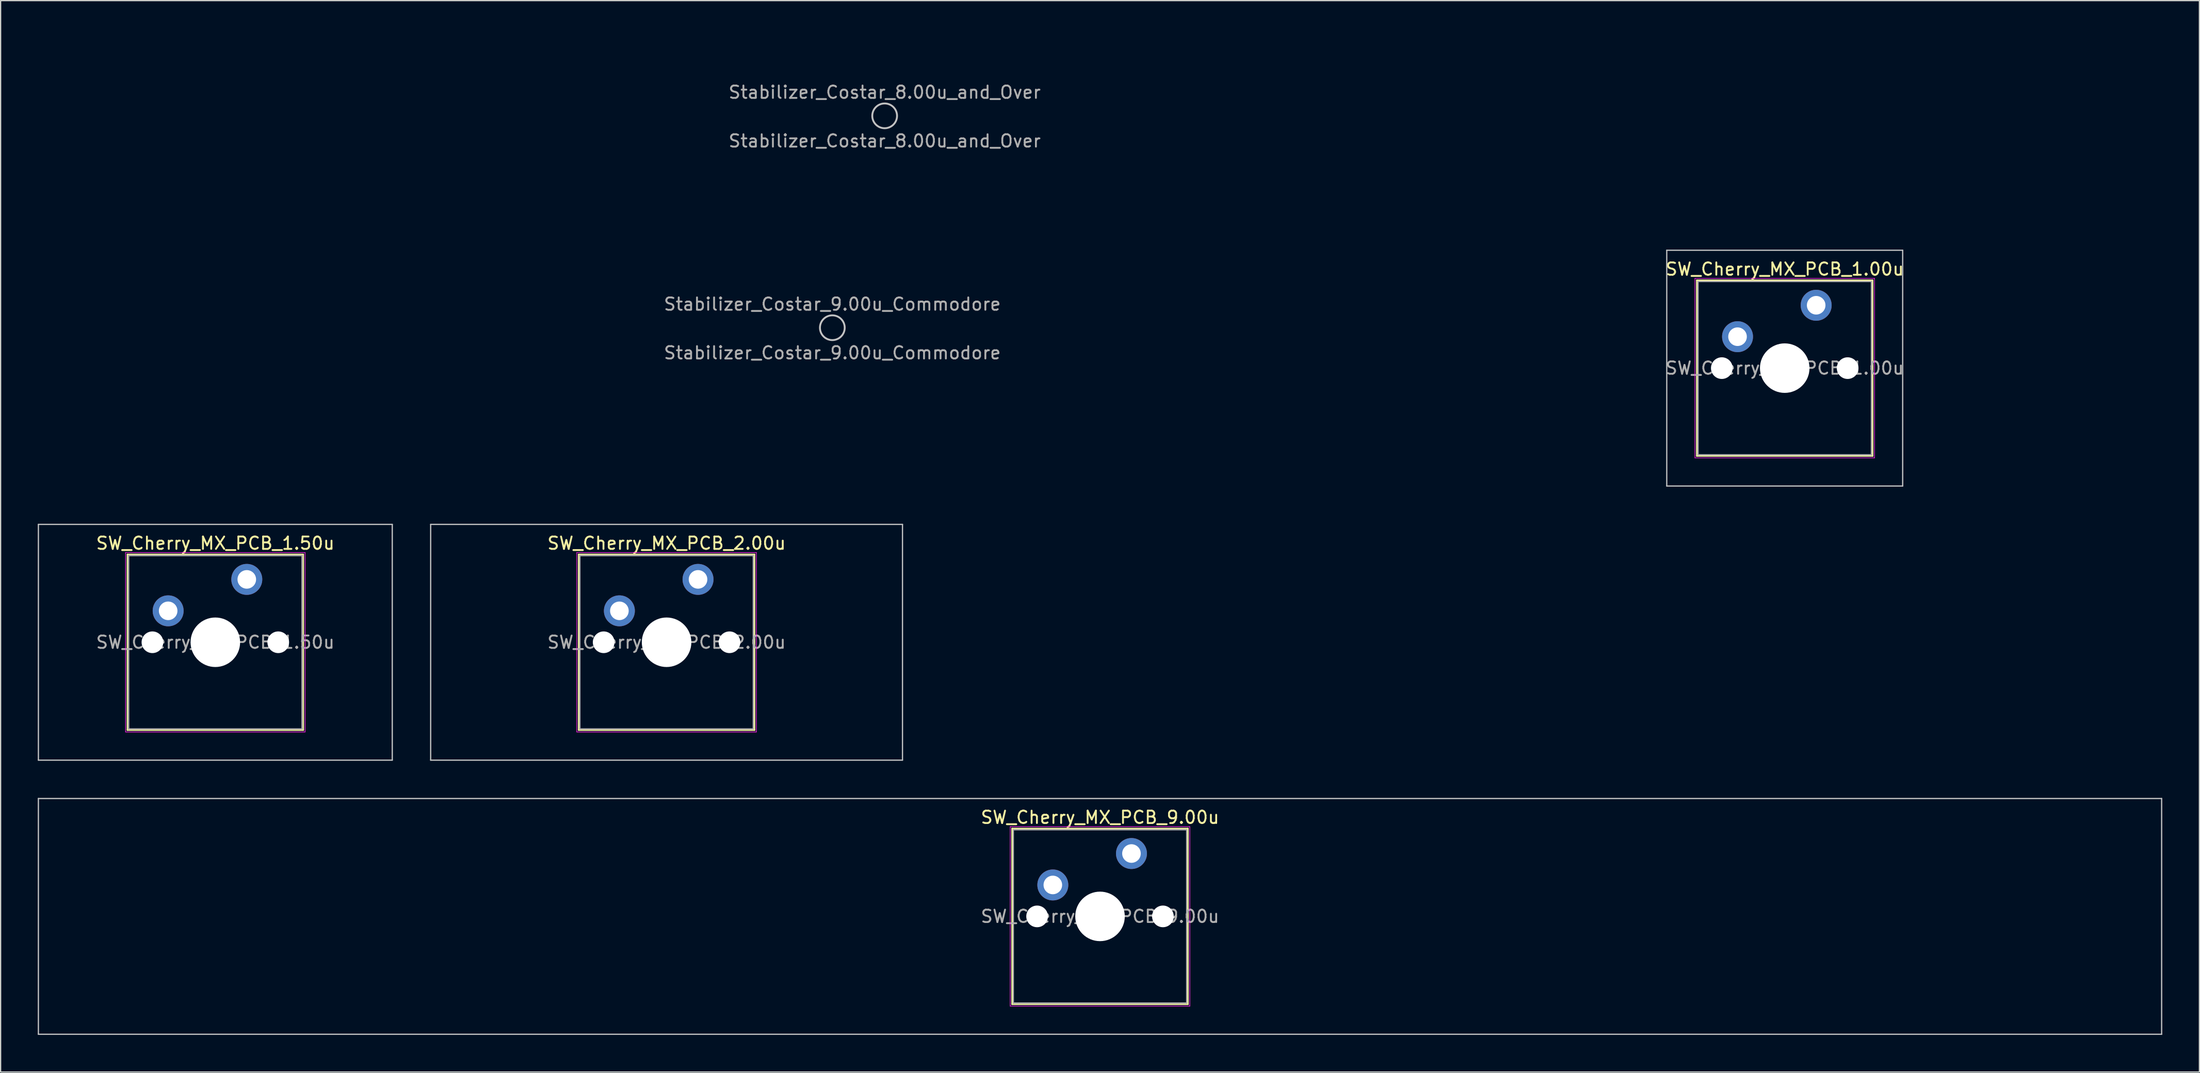
<source format=kicad_pcb>
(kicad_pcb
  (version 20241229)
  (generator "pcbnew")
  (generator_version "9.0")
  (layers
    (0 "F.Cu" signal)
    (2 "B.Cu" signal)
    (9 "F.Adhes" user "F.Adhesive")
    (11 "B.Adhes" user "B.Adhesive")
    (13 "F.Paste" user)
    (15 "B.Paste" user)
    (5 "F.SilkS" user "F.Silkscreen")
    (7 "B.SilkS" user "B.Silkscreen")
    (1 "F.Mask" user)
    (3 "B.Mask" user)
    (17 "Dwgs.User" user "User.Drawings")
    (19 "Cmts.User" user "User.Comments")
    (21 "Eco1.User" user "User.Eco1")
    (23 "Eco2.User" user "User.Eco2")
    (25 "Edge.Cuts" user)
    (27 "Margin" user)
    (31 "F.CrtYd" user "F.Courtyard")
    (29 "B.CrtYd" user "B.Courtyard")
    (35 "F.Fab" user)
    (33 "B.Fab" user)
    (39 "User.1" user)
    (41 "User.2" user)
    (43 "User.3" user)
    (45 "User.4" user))
  (footprint "SW_Cherry_MX_PCB_1.00u"
    (layer "F.Cu")
    (at 141.064 26.695)
    (property "Reference" "SW_Cherry_MX_PCB_1.00u" (at 0 -8 0) (layer "F.SilkS") (effects (font (size 1 1) (thickness 0.15))))
    (attr through_hole)
    (fp_line (start -7.1 -7.1) (end -7.1 7.1) (stroke (width 0.12) (type solid)) (layer "F.SilkS"))
    (fp_line (start -7.1 7.1) (end 7.1 7.1) (stroke (width 0.12) (type solid)) (layer "F.SilkS"))
    (fp_line (start 7.1 -7.1) (end -7.1 -7.1) (stroke (width 0.12) (type solid)) (layer "F.SilkS"))
    (fp_line (start 7.1 7.1) (end 7.1 -7.1) (stroke (width 0.12) (type solid)) (layer "F.SilkS"))
    (fp_line (start -9.525 -9.525) (end -9.525 9.525) (stroke (width 0.1) (type solid)) (layer "Dwgs.User"))
    (fp_line (start -9.525 9.525) (end 9.525 9.525) (stroke (width 0.1) (type solid)) (layer "Dwgs.User"))
    (fp_line (start 9.525 -9.525) (end -9.525 -9.525) (stroke (width 0.1) (type solid)) (layer "Dwgs.User"))
    (fp_line (start 9.525 9.525) (end 9.525 -9.525) (stroke (width 0.1) (type solid)) (layer "Dwgs.User"))
    (fp_line (start -7 -7) (end -7 7) (stroke (width 0.1) (type solid)) (layer "Eco1.User"))
    (fp_line (start -7 7) (end 7 7) (stroke (width 0.1) (type solid)) (layer "Eco1.User"))
    (fp_line (start 7 -7) (end -7 -7) (stroke (width 0.1) (type solid)) (layer "Eco1.User"))
    (fp_line (start 7 7) (end 7 -7) (stroke (width 0.1) (type solid)) (layer "Eco1.User"))
    (fp_line (start -7.25 -7.25) (end -7.25 7.25) (stroke (width 0.05) (type solid)) (layer "F.CrtYd"))
    (fp_line (start -7.25 7.25) (end 7.25 7.25) (stroke (width 0.05) (type solid)) (layer "F.CrtYd"))
    (fp_line (start 7.25 -7.25) (end -7.25 -7.25) (stroke (width 0.05) (type solid)) (layer "F.CrtYd"))
    (fp_line (start 7.25 7.25) (end 7.25 -7.25) (stroke (width 0.05) (type solid)) (layer "F.CrtYd"))
    (fp_line (start -7 -7) (end -7 7) (stroke (width 0.1) (type solid)) (layer "F.Fab"))
    (fp_line (start -7 7) (end 7 7) (stroke (width 0.1) (type solid)) (layer "F.Fab"))
    (fp_line (start 7 -7) (end -7 -7) (stroke (width 0.1) (type solid)) (layer "F.Fab"))
    (fp_line (start 7 7) (end 7 -7) (stroke (width 0.1) (type solid)) (layer "F.Fab"))
    (fp_text user "${REFERENCE}" (at 0 0 0) (layer "F.Fab") (effects (font (size 1 1) (thickness 0.15))))
    (pad "" np_thru_hole circle (at -5.08 0) (size 1.75 1.75) (drill 1.75) (layers "*.Cu" "*.Mask"))
    (pad "" np_thru_hole circle (at 0 0) (size 4 4) (drill 4) (layers "*.Cu" "*.Mask"))
    (pad "" np_thru_hole circle (at 5.08 0) (size 1.75 1.75) (drill 1.75) (layers "*.Cu" "*.Mask"))
    (pad "1" thru_hole circle (at -3.81 -2.54) (size 2.5 2.5) (drill 1.5) (layers "*.Cu" "*.Mask"))
    (pad "2" thru_hole circle (at 2.54 -5.08) (size 2.5 2.5) (drill 1.5) (layers "*.Cu" "*.Mask")))
  (footprint "SW_Cherry_MX_PCB_2.00u"
    (layer "F.Cu")
    (at 50.775 48.845)
    (property "Reference" "SW_Cherry_MX_PCB_2.00u" (at 0 -8 0) (layer "F.SilkS") (effects (font (size 1 1) (thickness 0.15))))
    (attr through_hole)
    (fp_line (start -7.1 -7.1) (end -7.1 7.1) (stroke (width 0.12) (type solid)) (layer "F.SilkS"))
    (fp_line (start -7.1 7.1) (end 7.1 7.1) (stroke (width 0.12) (type solid)) (layer "F.SilkS"))
    (fp_line (start 7.1 -7.1) (end -7.1 -7.1) (stroke (width 0.12) (type solid)) (layer "F.SilkS"))
    (fp_line (start 7.1 7.1) (end 7.1 -7.1) (stroke (width 0.12) (type solid)) (layer "F.SilkS"))
    (fp_line (start -19.05 -9.525) (end -19.05 9.525) (stroke (width 0.1) (type solid)) (layer "Dwgs.User"))
    (fp_line (start -19.05 9.525) (end 19.05 9.525) (stroke (width 0.1) (type solid)) (layer "Dwgs.User"))
    (fp_line (start 19.05 -9.525) (end -19.05 -9.525) (stroke (width 0.1) (type solid)) (layer "Dwgs.User"))
    (fp_line (start 19.05 9.525) (end 19.05 -9.525) (stroke (width 0.1) (type solid)) (layer "Dwgs.User"))
    (fp_line (start -7 -7) (end -7 7) (stroke (width 0.1) (type solid)) (layer "Eco1.User"))
    (fp_line (start -7 7) (end 7 7) (stroke (width 0.1) (type solid)) (layer "Eco1.User"))
    (fp_line (start 7 -7) (end -7 -7) (stroke (width 0.1) (type solid)) (layer "Eco1.User"))
    (fp_line (start 7 7) (end 7 -7) (stroke (width 0.1) (type solid)) (layer "Eco1.User"))
    (fp_line (start -7.25 -7.25) (end -7.25 7.25) (stroke (width 0.05) (type solid)) (layer "F.CrtYd"))
    (fp_line (start -7.25 7.25) (end 7.25 7.25) (stroke (width 0.05) (type solid)) (layer "F.CrtYd"))
    (fp_line (start 7.25 -7.25) (end -7.25 -7.25) (stroke (width 0.05) (type solid)) (layer "F.CrtYd"))
    (fp_line (start 7.25 7.25) (end 7.25 -7.25) (stroke (width 0.05) (type solid)) (layer "F.CrtYd"))
    (fp_line (start -7 -7) (end -7 7) (stroke (width 0.1) (type solid)) (layer "F.Fab"))
    (fp_line (start -7 7) (end 7 7) (stroke (width 0.1) (type solid)) (layer "F.Fab"))
    (fp_line (start 7 -7) (end -7 -7) (stroke (width 0.1) (type solid)) (layer "F.Fab"))
    (fp_line (start 7 7) (end 7 -7) (stroke (width 0.1) (type solid)) (layer "F.Fab"))
    (fp_text user "${REFERENCE}" (at 0 0 0) (layer "F.Fab") (effects (font (size 1 1) (thickness 0.15))))
    (pad "" np_thru_hole circle (at -5.08 0) (size 1.75 1.75) (drill 1.75) (layers "*.Cu" "*.Mask"))
    (pad "" np_thru_hole circle (at 0 0) (size 4 4) (drill 4) (layers "*.Cu" "*.Mask"))
    (pad "" np_thru_hole circle (at 5.08 0) (size 1.75 1.75) (drill 1.75) (layers "*.Cu" "*.Mask"))
    (pad "1" thru_hole circle (at -3.81 -2.54) (size 2.5 2.5) (drill 1.5) (layers "*.Cu" "*.Mask"))
    (pad "2" thru_hole circle (at 2.54 -5.08) (size 2.5 2.5) (drill 1.5) (layers "*.Cu" "*.Mask")))
  (footprint "Stabilizer_Costar_8.00u_and_Over"
    (layer "F.Cu")
    (at 68.385 6.31)
    (property "Reference" "Stabilizer_Costar_8.00u_and_Over" (at 0 -1.905 0) (layer "F.Fab") (effects (font (size 1 1) (thickness 0.15))))
    (attr through_hole)
    (fp_circle (center 0 0) (end 1 0) (stroke (width 0.15) (type solid)) (fill no) (layer "Dwgs.User"))
    (fp_line (start -68.325 -6.25) (end -68.325 7.75) (stroke (width 0.12) (type solid)) (layer "Eco1.User"))
    (fp_line (start -65.025 -6.25) (end -68.325 -6.25) (stroke (width 0.12) (type solid)) (layer "Eco1.User"))
    (fp_line (start -65.025 -6.25) (end -65.025 7.75) (stroke (width 0.12) (type solid)) (layer "Eco1.User"))
    (fp_line (start -65.025 7.75) (end -68.325 7.75) (stroke (width 0.12) (type solid)) (layer "Eco1.User"))
    (fp_line (start 65.025 -6.25) (end 65.025 7.75) (stroke (width 0.12) (type solid)) (layer "Eco1.User"))
    (fp_line (start 68.325 -6.25) (end 65.025 -6.25) (stroke (width 0.12) (type solid)) (layer "Eco1.User"))
    (fp_line (start 68.325 -6.25) (end 68.325 7.75) (stroke (width 0.12) (type solid)) (layer "Eco1.User"))
    (fp_line (start 68.325 7.75) (end 65.025 7.75) (stroke (width 0.12) (type solid)) (layer "Eco1.User"))
    (fp_text user "${REFERENCE}" (at 0 2.032 0) (layer "F.Fab") (effects (font (size 1 1) (thickness 0.15)))))
  (footprint "SW_Cherry_MX_PCB_9.00u"
    (layer "F.Cu")
    (at 85.775 70.995)
    (property "Reference" "SW_Cherry_MX_PCB_9.00u" (at 0 -8 0) (layer "F.SilkS") (effects (font (size 1 1) (thickness 0.15))))
    (attr through_hole)
    (fp_line (start -7.1 -7.1) (end -7.1 7.1) (stroke (width 0.12) (type solid)) (layer "F.SilkS"))
    (fp_line (start -7.1 7.1) (end 7.1 7.1) (stroke (width 0.12) (type solid)) (layer "F.SilkS"))
    (fp_line (start 7.1 -7.1) (end -7.1 -7.1) (stroke (width 0.12) (type solid)) (layer "F.SilkS"))
    (fp_line (start 7.1 7.1) (end 7.1 -7.1) (stroke (width 0.12) (type solid)) (layer "F.SilkS"))
    (fp_line (start -85.725 -9.525) (end -85.725 9.525) (stroke (width 0.1) (type solid)) (layer "Dwgs.User"))
    (fp_line (start -85.725 9.525) (end 85.725 9.525) (stroke (width 0.1) (type solid)) (layer "Dwgs.User"))
    (fp_line (start 85.725 -9.525) (end -85.725 -9.525) (stroke (width 0.1) (type solid)) (layer "Dwgs.User"))
    (fp_line (start 85.725 9.525) (end 85.725 -9.525) (stroke (width 0.1) (type solid)) (layer "Dwgs.User"))
    (fp_line (start -7 -7) (end -7 7) (stroke (width 0.1) (type solid)) (layer "Eco1.User"))
    (fp_line (start -7 7) (end 7 7) (stroke (width 0.1) (type solid)) (layer "Eco1.User"))
    (fp_line (start 7 -7) (end -7 -7) (stroke (width 0.1) (type solid)) (layer "Eco1.User"))
    (fp_line (start 7 7) (end 7 -7) (stroke (width 0.1) (type solid)) (layer "Eco1.User"))
    (fp_line (start -7.25 -7.25) (end -7.25 7.25) (stroke (width 0.05) (type solid)) (layer "F.CrtYd"))
    (fp_line (start -7.25 7.25) (end 7.25 7.25) (stroke (width 0.05) (type solid)) (layer "F.CrtYd"))
    (fp_line (start 7.25 -7.25) (end -7.25 -7.25) (stroke (width 0.05) (type solid)) (layer "F.CrtYd"))
    (fp_line (start 7.25 7.25) (end 7.25 -7.25) (stroke (width 0.05) (type solid)) (layer "F.CrtYd"))
    (fp_line (start -7 -7) (end -7 7) (stroke (width 0.1) (type solid)) (layer "F.Fab"))
    (fp_line (start -7 7) (end 7 7) (stroke (width 0.1) (type solid)) (layer "F.Fab"))
    (fp_line (start 7 -7) (end -7 -7) (stroke (width 0.1) (type solid)) (layer "F.Fab"))
    (fp_line (start 7 7) (end 7 -7) (stroke (width 0.1) (type solid)) (layer "F.Fab"))
    (fp_text user "${REFERENCE}" (at 0 0 0) (layer "F.Fab") (effects (font (size 1 1) (thickness 0.15))))
    (pad "" np_thru_hole circle (at -5.08 0) (size 1.75 1.75) (drill 1.75) (layers "*.Cu" "*.Mask"))
    (pad "" np_thru_hole circle (at 0 0) (size 4 4) (drill 4) (layers "*.Cu" "*.Mask"))
    (pad "" np_thru_hole circle (at 5.08 0) (size 1.75 1.75) (drill 1.75) (layers "*.Cu" "*.Mask"))
    (pad "1" thru_hole circle (at -3.81 -2.54) (size 2.5 2.5) (drill 1.5) (layers "*.Cu" "*.Mask"))
    (pad "2" thru_hole circle (at 2.54 -5.08) (size 2.5 2.5) (drill 1.5) (layers "*.Cu" "*.Mask")))
  (footprint "SW_Cherry_MX_PCB_1.50u"
    (layer "F.Cu")
    (at 14.338 48.845)
    (property "Reference" "SW_Cherry_MX_PCB_1.50u" (at 0 -8 0) (layer "F.SilkS") (effects (font (size 1 1) (thickness 0.15))))
    (attr through_hole)
    (fp_line (start -7.1 -7.1) (end -7.1 7.1) (stroke (width 0.12) (type solid)) (layer "F.SilkS"))
    (fp_line (start -7.1 7.1) (end 7.1 7.1) (stroke (width 0.12) (type solid)) (layer "F.SilkS"))
    (fp_line (start 7.1 -7.1) (end -7.1 -7.1) (stroke (width 0.12) (type solid)) (layer "F.SilkS"))
    (fp_line (start 7.1 7.1) (end 7.1 -7.1) (stroke (width 0.12) (type solid)) (layer "F.SilkS"))
    (fp_line (start -14.287 -9.525) (end -14.287 9.525) (stroke (width 0.1) (type solid)) (layer "Dwgs.User"))
    (fp_line (start -14.287 9.525) (end 14.287 9.525) (stroke (width 0.1) (type solid)) (layer "Dwgs.User"))
    (fp_line (start 14.287 -9.525) (end -14.287 -9.525) (stroke (width 0.1) (type solid)) (layer "Dwgs.User"))
    (fp_line (start 14.287 9.525) (end 14.287 -9.525) (stroke (width 0.1) (type solid)) (layer "Dwgs.User"))
    (fp_line (start -7 -7) (end -7 7) (stroke (width 0.1) (type solid)) (layer "Eco1.User"))
    (fp_line (start -7 7) (end 7 7) (stroke (width 0.1) (type solid)) (layer "Eco1.User"))
    (fp_line (start 7 -7) (end -7 -7) (stroke (width 0.1) (type solid)) (layer "Eco1.User"))
    (fp_line (start 7 7) (end 7 -7) (stroke (width 0.1) (type solid)) (layer "Eco1.User"))
    (fp_line (start -7.25 -7.25) (end -7.25 7.25) (stroke (width 0.05) (type solid)) (layer "F.CrtYd"))
    (fp_line (start -7.25 7.25) (end 7.25 7.25) (stroke (width 0.05) (type solid)) (layer "F.CrtYd"))
    (fp_line (start 7.25 -7.25) (end -7.25 -7.25) (stroke (width 0.05) (type solid)) (layer "F.CrtYd"))
    (fp_line (start 7.25 7.25) (end 7.25 -7.25) (stroke (width 0.05) (type solid)) (layer "F.CrtYd"))
    (fp_line (start -7 -7) (end -7 7) (stroke (width 0.1) (type solid)) (layer "F.Fab"))
    (fp_line (start -7 7) (end 7 7) (stroke (width 0.1) (type solid)) (layer "F.Fab"))
    (fp_line (start 7 -7) (end -7 -7) (stroke (width 0.1) (type solid)) (layer "F.Fab"))
    (fp_line (start 7 7) (end 7 -7) (stroke (width 0.1) (type solid)) (layer "F.Fab"))
    (fp_text user "${REFERENCE}" (at 0 0 0) (layer "F.Fab") (effects (font (size 1 1) (thickness 0.15))))
    (pad "" np_thru_hole circle (at -5.08 0) (size 1.75 1.75) (drill 1.75) (layers "*.Cu" "*.Mask"))
    (pad "" np_thru_hole circle (at 0 0) (size 4 4) (drill 4) (layers "*.Cu" "*.Mask"))
    (pad "" np_thru_hole circle (at 5.08 0) (size 1.75 1.75) (drill 1.75) (layers "*.Cu" "*.Mask"))
    (pad "1" thru_hole circle (at -3.81 -2.54) (size 2.5 2.5) (drill 1.5) (layers "*.Cu" "*.Mask"))
    (pad "2" thru_hole circle (at 2.54 -5.08) (size 2.5 2.5) (drill 1.5) (layers "*.Cu" "*.Mask")))
  (footprint "Stabilizer_Costar_9.00u_Commodore"
    (layer "F.Cu")
    (at 64.16 23.43)
    (property "Reference" "Stabilizer_Costar_9.00u_Commodore" (at 0 -1.905 0) (layer "F.Fab") (effects (font (size 1 1) (thickness 0.15))))
    (attr through_hole)
    (fp_circle (center 0 0) (end 1 0) (stroke (width 0.15) (type solid)) (fill no) (layer "Dwgs.User"))
    (fp_line (start -64.1 -6.25) (end -64.1 7.75) (stroke (width 0.12) (type solid)) (layer "Eco1.User"))
    (fp_line (start -60.8 -6.25) (end -64.1 -6.25) (stroke (width 0.12) (type solid)) (layer "Eco1.User"))
    (fp_line (start -60.8 -6.25) (end -60.8 7.75) (stroke (width 0.12) (type solid)) (layer "Eco1.User"))
    (fp_line (start -60.8 7.75) (end -64.1 7.75) (stroke (width 0.12) (type solid)) (layer "Eco1.User"))
    (fp_line (start 60.8 -6.25) (end 60.8 7.75) (stroke (width 0.12) (type solid)) (layer "Eco1.User"))
    (fp_line (start 64.1 -6.25) (end 60.8 -6.25) (stroke (width 0.12) (type solid)) (layer "Eco1.User"))
    (fp_line (start 64.1 -6.25) (end 64.1 7.75) (stroke (width 0.12) (type solid)) (layer "Eco1.User"))
    (fp_line (start 64.1 7.75) (end 60.8 7.75) (stroke (width 0.12) (type solid)) (layer "Eco1.User"))
    (fp_text user "${REFERENCE}" (at 0 2.032 0) (layer "F.Fab") (effects (font (size 1 1) (thickness 0.15)))))
  (gr_rect
    (start -3 -3)
    (end 174.55 83.57)
    (stroke (width 0.1) (type default))
    (fill no)
    (layer "Edge.Cuts")))
</source>
